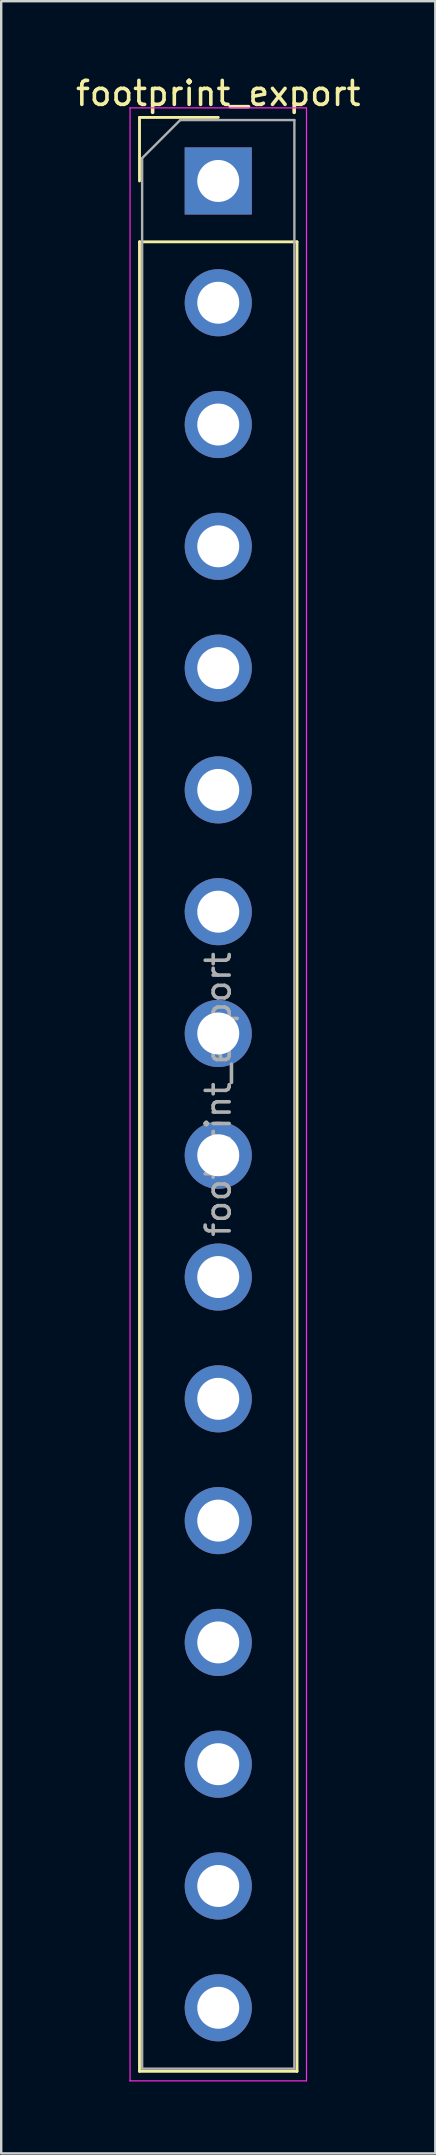
<source format=kicad_pcb>
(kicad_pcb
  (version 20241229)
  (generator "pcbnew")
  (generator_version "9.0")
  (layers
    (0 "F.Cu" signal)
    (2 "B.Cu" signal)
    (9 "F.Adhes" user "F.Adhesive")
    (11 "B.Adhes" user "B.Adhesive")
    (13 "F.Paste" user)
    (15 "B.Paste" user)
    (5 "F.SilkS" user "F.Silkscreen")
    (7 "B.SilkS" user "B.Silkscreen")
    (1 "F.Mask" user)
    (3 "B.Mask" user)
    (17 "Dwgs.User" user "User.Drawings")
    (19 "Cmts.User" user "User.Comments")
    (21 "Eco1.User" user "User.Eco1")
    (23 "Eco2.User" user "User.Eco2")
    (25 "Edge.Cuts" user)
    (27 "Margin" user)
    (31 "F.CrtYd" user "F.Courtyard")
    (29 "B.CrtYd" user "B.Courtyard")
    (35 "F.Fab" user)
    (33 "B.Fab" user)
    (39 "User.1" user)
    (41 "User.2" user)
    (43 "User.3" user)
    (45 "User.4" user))
  (footprint "footprint_export"
    (layer "F.Cu")
    (at 6.054 4.498)
    (property "Reference" "footprint_export" (at 0 -3.65 0) (layer "F.SilkS") (effects (font (size 1 1) (thickness 0.15))))
    (attr through_hole)
    (fp_line (start -3.285 -2.65) (end 0 -2.65) (stroke (width 0.12) (type solid)) (layer "F.SilkS"))
    (fp_line (start -3.285 0) (end -3.285 -2.65) (stroke (width 0.12) (type solid)) (layer "F.SilkS"))
    (fp_line (start -3.285 2.54) (end -3.285 78.85) (stroke (width 0.12) (type solid)) (layer "F.SilkS"))
    (fp_line (start -3.285 2.54) (end 3.285 2.54) (stroke (width 0.12) (type solid)) (layer "F.SilkS"))
    (fp_line (start -3.285 78.85) (end 3.285 78.85) (stroke (width 0.12) (type solid)) (layer "F.SilkS"))
    (fp_line (start 3.285 2.54) (end 3.285 78.85) (stroke (width 0.12) (type solid)) (layer "F.SilkS"))
    (fp_line (start -3.68 -3.05) (end -3.68 79.25) (stroke (width 0.05) (type solid)) (layer "F.CrtYd"))
    (fp_line (start -3.68 79.25) (end 3.68 79.25) (stroke (width 0.05) (type solid)) (layer "F.CrtYd"))
    (fp_line (start 3.68 -3.05) (end -3.68 -3.05) (stroke (width 0.05) (type solid)) (layer "F.CrtYd"))
    (fp_line (start 3.68 79.25) (end 3.68 -3.05) (stroke (width 0.05) (type solid)) (layer "F.CrtYd"))
    (fp_line (start -3.175 -0.953) (end -1.587 -2.54) (stroke (width 0.1) (type solid)) (layer "F.Fab"))
    (fp_line (start -3.175 78.74) (end -3.175 -0.953) (stroke (width 0.1) (type solid)) (layer "F.Fab"))
    (fp_line (start -1.587 -2.54) (end 3.175 -2.54) (stroke (width 0.1) (type solid)) (layer "F.Fab"))
    (fp_line (start 3.175 -2.54) (end 3.175 78.74) (stroke (width 0.1) (type solid)) (layer "F.Fab"))
    (fp_line (start 3.175 78.74) (end -3.175 78.74) (stroke (width 0.1) (type solid)) (layer "F.Fab"))
    (fp_text user "${REFERENCE}" (at 0 38.1 90) (layer "F.Fab") (effects (font (size 1 1) (thickness 0.15))))
    (pad "1" thru_hole rect (at 0 0) (size 2.8 2.8) (drill 1.75) (layers "*.Cu" "*.Mask"))
    (pad "2" thru_hole circle (at 0 5.08) (size 2.8 2.8) (drill 1.75) (layers "*.Cu" "*.Mask"))
    (pad "3" thru_hole circle (at 0 10.16) (size 2.8 2.8) (drill 1.75) (layers "*.Cu" "*.Mask"))
    (pad "4" thru_hole circle (at 0 15.24) (size 2.8 2.8) (drill 1.75) (layers "*.Cu" "*.Mask"))
    (pad "5" thru_hole circle (at 0 20.32) (size 2.8 2.8) (drill 1.75) (layers "*.Cu" "*.Mask"))
    (pad "6" thru_hole circle (at 0 25.4) (size 2.8 2.8) (drill 1.75) (layers "*.Cu" "*.Mask"))
    (pad "7" thru_hole circle (at 0 30.48) (size 2.8 2.8) (drill 1.75) (layers "*.Cu" "*.Mask"))
    (pad "8" thru_hole circle (at 0 35.56) (size 2.8 2.8) (drill 1.75) (layers "*.Cu" "*.Mask"))
    (pad "9" thru_hole circle (at 0 40.64) (size 2.8 2.8) (drill 1.75) (layers "*.Cu" "*.Mask"))
    (pad "10" thru_hole circle (at 0 45.72) (size 2.8 2.8) (drill 1.75) (layers "*.Cu" "*.Mask"))
    (pad "11" thru_hole circle (at 0 50.8) (size 2.8 2.8) (drill 1.75) (layers "*.Cu" "*.Mask"))
    (pad "12" thru_hole circle (at 0 55.88) (size 2.8 2.8) (drill 1.75) (layers "*.Cu" "*.Mask"))
    (pad "13" thru_hole circle (at 0 60.96) (size 2.8 2.8) (drill 1.75) (layers "*.Cu" "*.Mask"))
    (pad "14" thru_hole circle (at 0 66.04) (size 2.8 2.8) (drill 1.75) (layers "*.Cu" "*.Mask"))
    (pad "15" thru_hole circle (at 0 71.12) (size 2.8 2.8) (drill 1.75) (layers "*.Cu" "*.Mask"))
    (pad "16" thru_hole circle (at 0 76.2) (size 2.8 2.8) (drill 1.75) (layers "*.Cu" "*.Mask")))
  (gr_rect
    (start -3 -3)
    (end 15.107 86.773)
    (stroke (width 0.1) (type default))
    (fill no)
    (layer "Edge.Cuts")))
</source>
